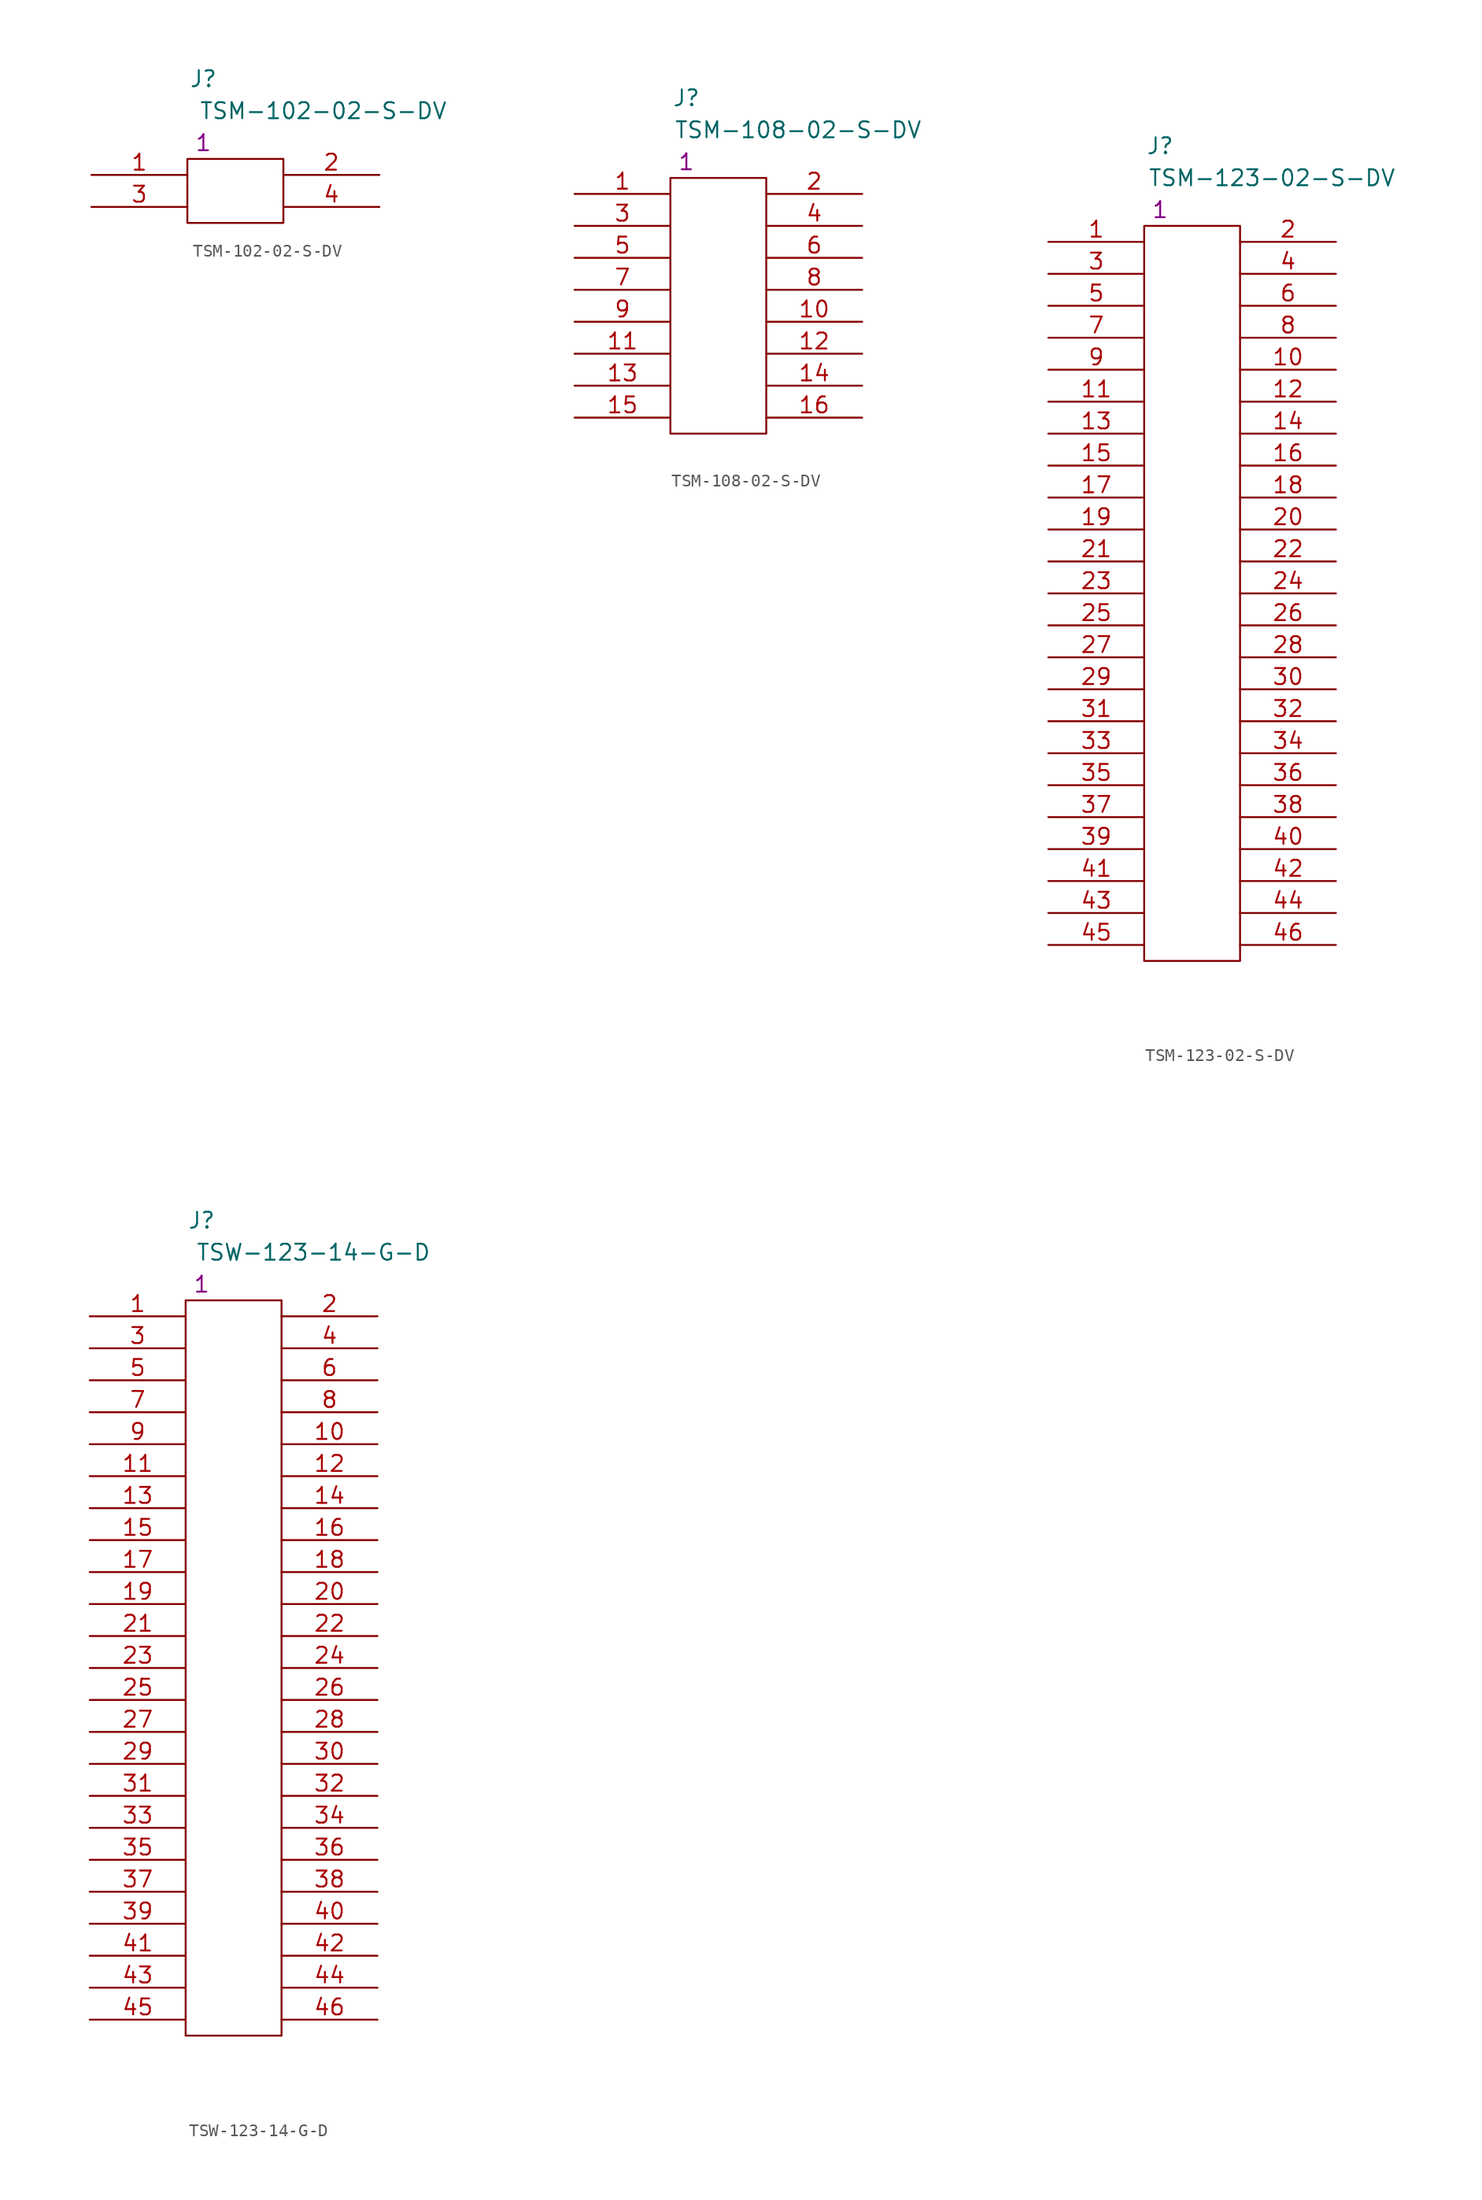
<source format=kicad_sym>
(kicad_symbol_lib
  (version 20211014)
  (generator kicad_symbol_editor)
  (symbol "TSM-102-02-S-DV"
    (pin_names
      (offset 1.016) hide)
    (property "Reference" "J"
      (at 8.89 7.62 0)
      (effects (font (size 1.27 1.27))))
    (property "Value" "TSM-102-02-S-DV"
      (at 18.415 5.08 0)
      (effects (font (size 1.27 1.27))))
    (property "Datasheet" ""
      (at 0 0 0)
      (effects (font (size 1.27 1.27))))
    (property "Qty" "1"
      (at 8.89 2.54 0)
      (effects (font (size 1.27 1.27))))
    (symbol "TSM-102-02-S-DV_0_1"
      (rectangle (start 7.62 1.27) (end 15.24 -3.81) (stroke (width 0) (type default) (color 0 0 0 0)) (fill (type none))))
    (symbol "TSM-102-02-S-DV_1_1"
      (pin passive line (at 0 0 0) (length 7.62) (name "1" (effects (font (size 1.27 1.27)))) (number "1" (effects (font (size 1.27 1.27)))))
      (pin passive line (at 22.86 0 180) (length 7.62) (name "2" (effects (font (size 1.27 1.27)))) (number "2" (effects (font (size 1.27 1.27)))))
      (pin passive line (at 0 -2.54 0) (length 7.62) (name "3" (effects (font (size 1.27 1.27)))) (number "3" (effects (font (size 1.27 1.27)))))
      (pin passive line (at 22.86 -2.54 180) (length 7.62) (name "4" (effects (font (size 1.27 1.27)))) (number "4" (effects (font (size 1.27 1.27)))))))
  (symbol "TSM-108-02-S-DV"
    (pin_names
      (offset 1.016) hide)
    (property "Reference" "J"
      (at 8.89 7.62 0)
      (effects (font (size 1.27 1.27))))
    (property "Value" "TSM-108-02-S-DV"
      (at 17.78 5.08 0)
      (effects (font (size 1.27 1.27))))
    (property "Datasheet" ""
      (at 0 0 0)
      (effects (font (size 1.27 1.27))))
    (property "Qty" "1"
      (at 8.89 2.54 0)
      (effects (font (size 1.27 1.27))))
    (symbol "TSM-108-02-S-DV_0_1"
      (rectangle (start 7.62 1.27) (end 15.24 -19.05) (stroke (width 0) (type default) (color 0 0 0 0)) (fill (type none))))
    (symbol "TSM-108-02-S-DV_1_1"
      (pin passive line (at 0 0 0) (length 7.62) (name "1" (effects (font (size 1.27 1.27)))) (number "1" (effects (font (size 1.27 1.27)))))
      (pin passive line (at 22.86 -10.16 180) (length 7.62) (name "10" (effects (font (size 1.27 1.27)))) (number "10" (effects (font (size 1.27 1.27)))))
      (pin passive line (at 0 -12.7 0) (length 7.62) (name "11" (effects (font (size 1.27 1.27)))) (number "11" (effects (font (size 1.27 1.27)))))
      (pin passive line (at 22.86 -12.7 180) (length 7.62) (name "12" (effects (font (size 1.27 1.27)))) (number "12" (effects (font (size 1.27 1.27)))))
      (pin passive line (at 0 -15.24 0) (length 7.62) (name "13" (effects (font (size 1.27 1.27)))) (number "13" (effects (font (size 1.27 1.27)))))
      (pin passive line (at 22.86 -15.24 180) (length 7.62) (name "14" (effects (font (size 1.27 1.27)))) (number "14" (effects (font (size 1.27 1.27)))))
      (pin passive line (at 0 -17.78 0) (length 7.62) (name "15" (effects (font (size 1.27 1.27)))) (number "15" (effects (font (size 1.27 1.27)))))
      (pin passive line (at 22.86 -17.78 180) (length 7.62) (name "16" (effects (font (size 1.27 1.27)))) (number "16" (effects (font (size 1.27 1.27)))))
      (pin passive line (at 22.86 0 180) (length 7.62) (name "2" (effects (font (size 1.27 1.27)))) (number "2" (effects (font (size 1.27 1.27)))))
      (pin passive line (at 0 -2.54 0) (length 7.62) (name "3" (effects (font (size 1.27 1.27)))) (number "3" (effects (font (size 1.27 1.27)))))
      (pin passive line (at 22.86 -2.54 180) (length 7.62) (name "4" (effects (font (size 1.27 1.27)))) (number "4" (effects (font (size 1.27 1.27)))))
      (pin passive line (at 0 -5.08 0) (length 7.62) (name "5" (effects (font (size 1.27 1.27)))) (number "5" (effects (font (size 1.27 1.27)))))
      (pin passive line (at 22.86 -5.08 180) (length 7.62) (name "6" (effects (font (size 1.27 1.27)))) (number "6" (effects (font (size 1.27 1.27)))))
      (pin passive line (at 0 -7.62 0) (length 7.62) (name "7" (effects (font (size 1.27 1.27)))) (number "7" (effects (font (size 1.27 1.27)))))
      (pin passive line (at 22.86 -7.62 180) (length 7.62) (name "8" (effects (font (size 1.27 1.27)))) (number "8" (effects (font (size 1.27 1.27)))))
      (pin passive line (at 0 -10.16 0) (length 7.62) (name "9" (effects (font (size 1.27 1.27)))) (number "9" (effects (font (size 1.27 1.27)))))))
  (symbol "TSM-123-02-S-DV"
    (pin_names
      (offset 1.016) hide)
    (property "Reference" "J"
      (at 8.89 7.62 0)
      (effects (font (size 1.27 1.27))))
    (property "Value" "TSM-123-02-S-DV"
      (at 17.78 5.08 0)
      (effects (font (size 1.27 1.27))))
    (property "Datasheet" ""
      (at 0 0 0)
      (effects (font (size 1.27 1.27))))
    (property "Qty" "1"
      (at 8.89 2.54 0)
      (effects (font (size 1.27 1.27))))
    (symbol "TSM-123-02-S-DV_0_1"
      (rectangle (start 7.62 1.27) (end 15.24 -57.15) (stroke (width 0) (type default) (color 0 0 0 0)) (fill (type none))))
    (symbol "TSM-123-02-S-DV_1_1"
      (pin passive line (at 0 0 0) (length 7.62) (name "1" (effects (font (size 1.27 1.27)))) (number "1" (effects (font (size 1.27 1.27)))))
      (pin passive line (at 22.86 -10.16 180) (length 7.62) (name "10" (effects (font (size 1.27 1.27)))) (number "10" (effects (font (size 1.27 1.27)))))
      (pin passive line (at 0 -12.7 0) (length 7.62) (name "11" (effects (font (size 1.27 1.27)))) (number "11" (effects (font (size 1.27 1.27)))))
      (pin passive line (at 22.86 -12.7 180) (length 7.62) (name "12" (effects (font (size 1.27 1.27)))) (number "12" (effects (font (size 1.27 1.27)))))
      (pin passive line (at 0 -15.24 0) (length 7.62) (name "13" (effects (font (size 1.27 1.27)))) (number "13" (effects (font (size 1.27 1.27)))))
      (pin passive line (at 22.86 -15.24 180) (length 7.62) (name "14" (effects (font (size 1.27 1.27)))) (number "14" (effects (font (size 1.27 1.27)))))
      (pin passive line (at 0 -17.78 0) (length 7.62) (name "15" (effects (font (size 1.27 1.27)))) (number "15" (effects (font (size 1.27 1.27)))))
      (pin passive line (at 22.86 -17.78 180) (length 7.62) (name "16" (effects (font (size 1.27 1.27)))) (number "16" (effects (font (size 1.27 1.27)))))
      (pin passive line (at 0 -20.32 0) (length 7.62) (name "17" (effects (font (size 1.27 1.27)))) (number "17" (effects (font (size 1.27 1.27)))))
      (pin passive line (at 22.86 -20.32 180) (length 7.62) (name "18" (effects (font (size 1.27 1.27)))) (number "18" (effects (font (size 1.27 1.27)))))
      (pin passive line (at 0 -22.86 0) (length 7.62) (name "19" (effects (font (size 1.27 1.27)))) (number "19" (effects (font (size 1.27 1.27)))))
      (pin passive line (at 22.86 0 180) (length 7.62) (name "2" (effects (font (size 1.27 1.27)))) (number "2" (effects (font (size 1.27 1.27)))))
      (pin passive line (at 22.86 -22.86 180) (length 7.62) (name "20" (effects (font (size 1.27 1.27)))) (number "20" (effects (font (size 1.27 1.27)))))
      (pin passive line (at 0 -25.4 0) (length 7.62) (name "21" (effects (font (size 1.27 1.27)))) (number "21" (effects (font (size 1.27 1.27)))))
      (pin passive line (at 22.86 -25.4 180) (length 7.62) (name "22" (effects (font (size 1.27 1.27)))) (number "22" (effects (font (size 1.27 1.27)))))
      (pin passive line (at 0 -27.94 0) (length 7.62) (name "23" (effects (font (size 1.27 1.27)))) (number "23" (effects (font (size 1.27 1.27)))))
      (pin passive line (at 22.86 -27.94 180) (length 7.62) (name "24" (effects (font (size 1.27 1.27)))) (number "24" (effects (font (size 1.27 1.27)))))
      (pin passive line (at 0 -30.48 0) (length 7.62) (name "25" (effects (font (size 1.27 1.27)))) (number "25" (effects (font (size 1.27 1.27)))))
      (pin passive line (at 22.86 -30.48 180) (length 7.62) (name "26" (effects (font (size 1.27 1.27)))) (number "26" (effects (font (size 1.27 1.27)))))
      (pin passive line (at 0 -33.02 0) (length 7.62) (name "27" (effects (font (size 1.27 1.27)))) (number "27" (effects (font (size 1.27 1.27)))))
      (pin passive line (at 22.86 -33.02 180) (length 7.62) (name "28" (effects (font (size 1.27 1.27)))) (number "28" (effects (font (size 1.27 1.27)))))
      (pin passive line (at 0 -35.56 0) (length 7.62) (name "29" (effects (font (size 1.27 1.27)))) (number "29" (effects (font (size 1.27 1.27)))))
      (pin passive line (at 0 -2.54 0) (length 7.62) (name "3" (effects (font (size 1.27 1.27)))) (number "3" (effects (font (size 1.27 1.27)))))
      (pin passive line (at 22.86 -35.56 180) (length 7.62) (name "30" (effects (font (size 1.27 1.27)))) (number "30" (effects (font (size 1.27 1.27)))))
      (pin passive line (at 0 -38.1 0) (length 7.62) (name "31" (effects (font (size 1.27 1.27)))) (number "31" (effects (font (size 1.27 1.27)))))
      (pin passive line (at 22.86 -38.1 180) (length 7.62) (name "32" (effects (font (size 1.27 1.27)))) (number "32" (effects (font (size 1.27 1.27)))))
      (pin passive line (at 0 -40.64 0) (length 7.62) (name "33" (effects (font (size 1.27 1.27)))) (number "33" (effects (font (size 1.27 1.27)))))
      (pin passive line (at 22.86 -40.64 180) (length 7.62) (name "34" (effects (font (size 1.27 1.27)))) (number "34" (effects (font (size 1.27 1.27)))))
      (pin passive line (at 0 -43.18 0) (length 7.62) (name "35" (effects (font (size 1.27 1.27)))) (number "35" (effects (font (size 1.27 1.27)))))
      (pin passive line (at 22.86 -43.18 180) (length 7.62) (name "36" (effects (font (size 1.27 1.27)))) (number "36" (effects (font (size 1.27 1.27)))))
      (pin passive line (at 0 -45.72 0) (length 7.62) (name "37" (effects (font (size 1.27 1.27)))) (number "37" (effects (font (size 1.27 1.27)))))
      (pin passive line (at 22.86 -45.72 180) (length 7.62) (name "38" (effects (font (size 1.27 1.27)))) (number "38" (effects (font (size 1.27 1.27)))))
      (pin passive line (at 0 -48.26 0) (length 7.62) (name "39" (effects (font (size 1.27 1.27)))) (number "39" (effects (font (size 1.27 1.27)))))
      (pin passive line (at 22.86 -2.54 180) (length 7.62) (name "4" (effects (font (size 1.27 1.27)))) (number "4" (effects (font (size 1.27 1.27)))))
      (pin passive line (at 22.86 -48.26 180) (length 7.62) (name "40" (effects (font (size 1.27 1.27)))) (number "40" (effects (font (size 1.27 1.27)))))
      (pin passive line (at 0 -50.8 0) (length 7.62) (name "41" (effects (font (size 1.27 1.27)))) (number "41" (effects (font (size 1.27 1.27)))))
      (pin passive line (at 22.86 -50.8 180) (length 7.62) (name "42" (effects (font (size 1.27 1.27)))) (number "42" (effects (font (size 1.27 1.27)))))
      (pin passive line (at 0 -53.34 0) (length 7.62) (name "43" (effects (font (size 1.27 1.27)))) (number "43" (effects (font (size 1.27 1.27)))))
      (pin passive line (at 22.86 -53.34 180) (length 7.62) (name "44" (effects (font (size 1.27 1.27)))) (number "44" (effects (font (size 1.27 1.27)))))
      (pin passive line (at 0 -55.88 0) (length 7.62) (name "45" (effects (font (size 1.27 1.27)))) (number "45" (effects (font (size 1.27 1.27)))))
      (pin passive line (at 22.86 -55.88 180) (length 7.62) (name "46" (effects (font (size 1.27 1.27)))) (number "46" (effects (font (size 1.27 1.27)))))
      (pin passive line (at 0 -5.08 0) (length 7.62) (name "5" (effects (font (size 1.27 1.27)))) (number "5" (effects (font (size 1.27 1.27)))))
      (pin passive line (at 22.86 -5.08 180) (length 7.62) (name "6" (effects (font (size 1.27 1.27)))) (number "6" (effects (font (size 1.27 1.27)))))
      (pin passive line (at 0 -7.62 0) (length 7.62) (name "7" (effects (font (size 1.27 1.27)))) (number "7" (effects (font (size 1.27 1.27)))))
      (pin passive line (at 22.86 -7.62 180) (length 7.62) (name "8" (effects (font (size 1.27 1.27)))) (number "8" (effects (font (size 1.27 1.27)))))
      (pin passive line (at 0 -10.16 0) (length 7.62) (name "9" (effects (font (size 1.27 1.27)))) (number "9" (effects (font (size 1.27 1.27)))))))
  (symbol "TSW-123-14-G-D"
    (pin_names
      (offset 1.016) hide)
    (property "Reference" "J"
      (at 8.89 7.62 0)
      (effects (font (size 1.27 1.27))))
    (property "Value" "TSW-123-14-G-D"
      (at 17.78 5.08 0)
      (effects (font (size 1.27 1.27))))
    (property "Datasheet" ""
      (at 0 0 0)
      (effects (font (size 1.27 1.27))))
    (property "Qty" "1"
      (at 8.89 2.54 0)
      (effects (font (size 1.27 1.27))))
    (symbol "TSW-123-14-G-D_0_1"
      (rectangle (start 7.62 1.27) (end 15.24 -57.15) (stroke (width 0) (type default) (color 0 0 0 0)) (fill (type none))))
    (symbol "TSW-123-14-G-D_1_1"
      (pin passive line (at 0 0 0) (length 7.62) (name "1" (effects (font (size 1.27 1.27)))) (number "1" (effects (font (size 1.27 1.27)))))
      (pin passive line (at 22.86 -10.16 180) (length 7.62) (name "10" (effects (font (size 1.27 1.27)))) (number "10" (effects (font (size 1.27 1.27)))))
      (pin passive line (at 0 -12.7 0) (length 7.62) (name "11" (effects (font (size 1.27 1.27)))) (number "11" (effects (font (size 1.27 1.27)))))
      (pin passive line (at 22.86 -12.7 180) (length 7.62) (name "12" (effects (font (size 1.27 1.27)))) (number "12" (effects (font (size 1.27 1.27)))))
      (pin passive line (at 0 -15.24 0) (length 7.62) (name "13" (effects (font (size 1.27 1.27)))) (number "13" (effects (font (size 1.27 1.27)))))
      (pin passive line (at 22.86 -15.24 180) (length 7.62) (name "14" (effects (font (size 1.27 1.27)))) (number "14" (effects (font (size 1.27 1.27)))))
      (pin passive line (at 0 -17.78 0) (length 7.62) (name "15" (effects (font (size 1.27 1.27)))) (number "15" (effects (font (size 1.27 1.27)))))
      (pin passive line (at 22.86 -17.78 180) (length 7.62) (name "16" (effects (font (size 1.27 1.27)))) (number "16" (effects (font (size 1.27 1.27)))))
      (pin passive line (at 0 -20.32 0) (length 7.62) (name "17" (effects (font (size 1.27 1.27)))) (number "17" (effects (font (size 1.27 1.27)))))
      (pin passive line (at 22.86 -20.32 180) (length 7.62) (name "18" (effects (font (size 1.27 1.27)))) (number "18" (effects (font (size 1.27 1.27)))))
      (pin passive line (at 0 -22.86 0) (length 7.62) (name "19" (effects (font (size 1.27 1.27)))) (number "19" (effects (font (size 1.27 1.27)))))
      (pin passive line (at 22.86 0 180) (length 7.62) (name "2" (effects (font (size 1.27 1.27)))) (number "2" (effects (font (size 1.27 1.27)))))
      (pin passive line (at 22.86 -22.86 180) (length 7.62) (name "20" (effects (font (size 1.27 1.27)))) (number "20" (effects (font (size 1.27 1.27)))))
      (pin passive line (at 0 -25.4 0) (length 7.62) (name "21" (effects (font (size 1.27 1.27)))) (number "21" (effects (font (size 1.27 1.27)))))
      (pin passive line (at 22.86 -25.4 180) (length 7.62) (name "22" (effects (font (size 1.27 1.27)))) (number "22" (effects (font (size 1.27 1.27)))))
      (pin passive line (at 0 -27.94 0) (length 7.62) (name "23" (effects (font (size 1.27 1.27)))) (number "23" (effects (font (size 1.27 1.27)))))
      (pin passive line (at 22.86 -27.94 180) (length 7.62) (name "24" (effects (font (size 1.27 1.27)))) (number "24" (effects (font (size 1.27 1.27)))))
      (pin passive line (at 0 -30.48 0) (length 7.62) (name "25" (effects (font (size 1.27 1.27)))) (number "25" (effects (font (size 1.27 1.27)))))
      (pin passive line (at 22.86 -30.48 180) (length 7.62) (name "26" (effects (font (size 1.27 1.27)))) (number "26" (effects (font (size 1.27 1.27)))))
      (pin passive line (at 0 -33.02 0) (length 7.62) (name "27" (effects (font (size 1.27 1.27)))) (number "27" (effects (font (size 1.27 1.27)))))
      (pin passive line (at 22.86 -33.02 180) (length 7.62) (name "28" (effects (font (size 1.27 1.27)))) (number "28" (effects (font (size 1.27 1.27)))))
      (pin passive line (at 0 -35.56 0) (length 7.62) (name "29" (effects (font (size 1.27 1.27)))) (number "29" (effects (font (size 1.27 1.27)))))
      (pin passive line (at 0 -2.54 0) (length 7.62) (name "3" (effects (font (size 1.27 1.27)))) (number "3" (effects (font (size 1.27 1.27)))))
      (pin passive line (at 22.86 -35.56 180) (length 7.62) (name "30" (effects (font (size 1.27 1.27)))) (number "30" (effects (font (size 1.27 1.27)))))
      (pin passive line (at 0 -38.1 0) (length 7.62) (name "31" (effects (font (size 1.27 1.27)))) (number "31" (effects (font (size 1.27 1.27)))))
      (pin passive line (at 22.86 -38.1 180) (length 7.62) (name "32" (effects (font (size 1.27 1.27)))) (number "32" (effects (font (size 1.27 1.27)))))
      (pin passive line (at 0 -40.64 0) (length 7.62) (name "33" (effects (font (size 1.27 1.27)))) (number "33" (effects (font (size 1.27 1.27)))))
      (pin passive line (at 22.86 -40.64 180) (length 7.62) (name "34" (effects (font (size 1.27 1.27)))) (number "34" (effects (font (size 1.27 1.27)))))
      (pin passive line (at 0 -43.18 0) (length 7.62) (name "35" (effects (font (size 1.27 1.27)))) (number "35" (effects (font (size 1.27 1.27)))))
      (pin passive line (at 22.86 -43.18 180) (length 7.62) (name "36" (effects (font (size 1.27 1.27)))) (number "36" (effects (font (size 1.27 1.27)))))
      (pin passive line (at 0 -45.72 0) (length 7.62) (name "37" (effects (font (size 1.27 1.27)))) (number "37" (effects (font (size 1.27 1.27)))))
      (pin passive line (at 22.86 -45.72 180) (length 7.62) (name "38" (effects (font (size 1.27 1.27)))) (number "38" (effects (font (size 1.27 1.27)))))
      (pin passive line (at 0 -48.26 0) (length 7.62) (name "39" (effects (font (size 1.27 1.27)))) (number "39" (effects (font (size 1.27 1.27)))))
      (pin passive line (at 22.86 -2.54 180) (length 7.62) (name "4" (effects (font (size 1.27 1.27)))) (number "4" (effects (font (size 1.27 1.27)))))
      (pin passive line (at 22.86 -48.26 180) (length 7.62) (name "40" (effects (font (size 1.27 1.27)))) (number "40" (effects (font (size 1.27 1.27)))))
      (pin passive line (at 0 -50.8 0) (length 7.62) (name "41" (effects (font (size 1.27 1.27)))) (number "41" (effects (font (size 1.27 1.27)))))
      (pin passive line (at 22.86 -50.8 180) (length 7.62) (name "42" (effects (font (size 1.27 1.27)))) (number "42" (effects (font (size 1.27 1.27)))))
      (pin passive line (at 0 -53.34 0) (length 7.62) (name "43" (effects (font (size 1.27 1.27)))) (number "43" (effects (font (size 1.27 1.27)))))
      (pin passive line (at 22.86 -53.34 180) (length 7.62) (name "44" (effects (font (size 1.27 1.27)))) (number "44" (effects (font (size 1.27 1.27)))))
      (pin passive line (at 0 -55.88 0) (length 7.62) (name "45" (effects (font (size 1.27 1.27)))) (number "45" (effects (font (size 1.27 1.27)))))
      (pin passive line (at 22.86 -55.88 180) (length 7.62) (name "46" (effects (font (size 1.27 1.27)))) (number "46" (effects (font (size 1.27 1.27)))))
      (pin passive line (at 0 -5.08 0) (length 7.62) (name "5" (effects (font (size 1.27 1.27)))) (number "5" (effects (font (size 1.27 1.27)))))
      (pin passive line (at 22.86 -5.08 180) (length 7.62) (name "6" (effects (font (size 1.27 1.27)))) (number "6" (effects (font (size 1.27 1.27)))))
      (pin passive line (at 0 -7.62 0) (length 7.62) (name "7" (effects (font (size 1.27 1.27)))) (number "7" (effects (font (size 1.27 1.27)))))
      (pin passive line (at 22.86 -7.62 180) (length 7.62) (name "8" (effects (font (size 1.27 1.27)))) (number "8" (effects (font (size 1.27 1.27)))))
      (pin passive line (at 0 -10.16 0) (length 7.62) (name "9" (effects (font (size 1.27 1.27)))) (number "9" (effects (font (size 1.27 1.27))))))))
</source>
